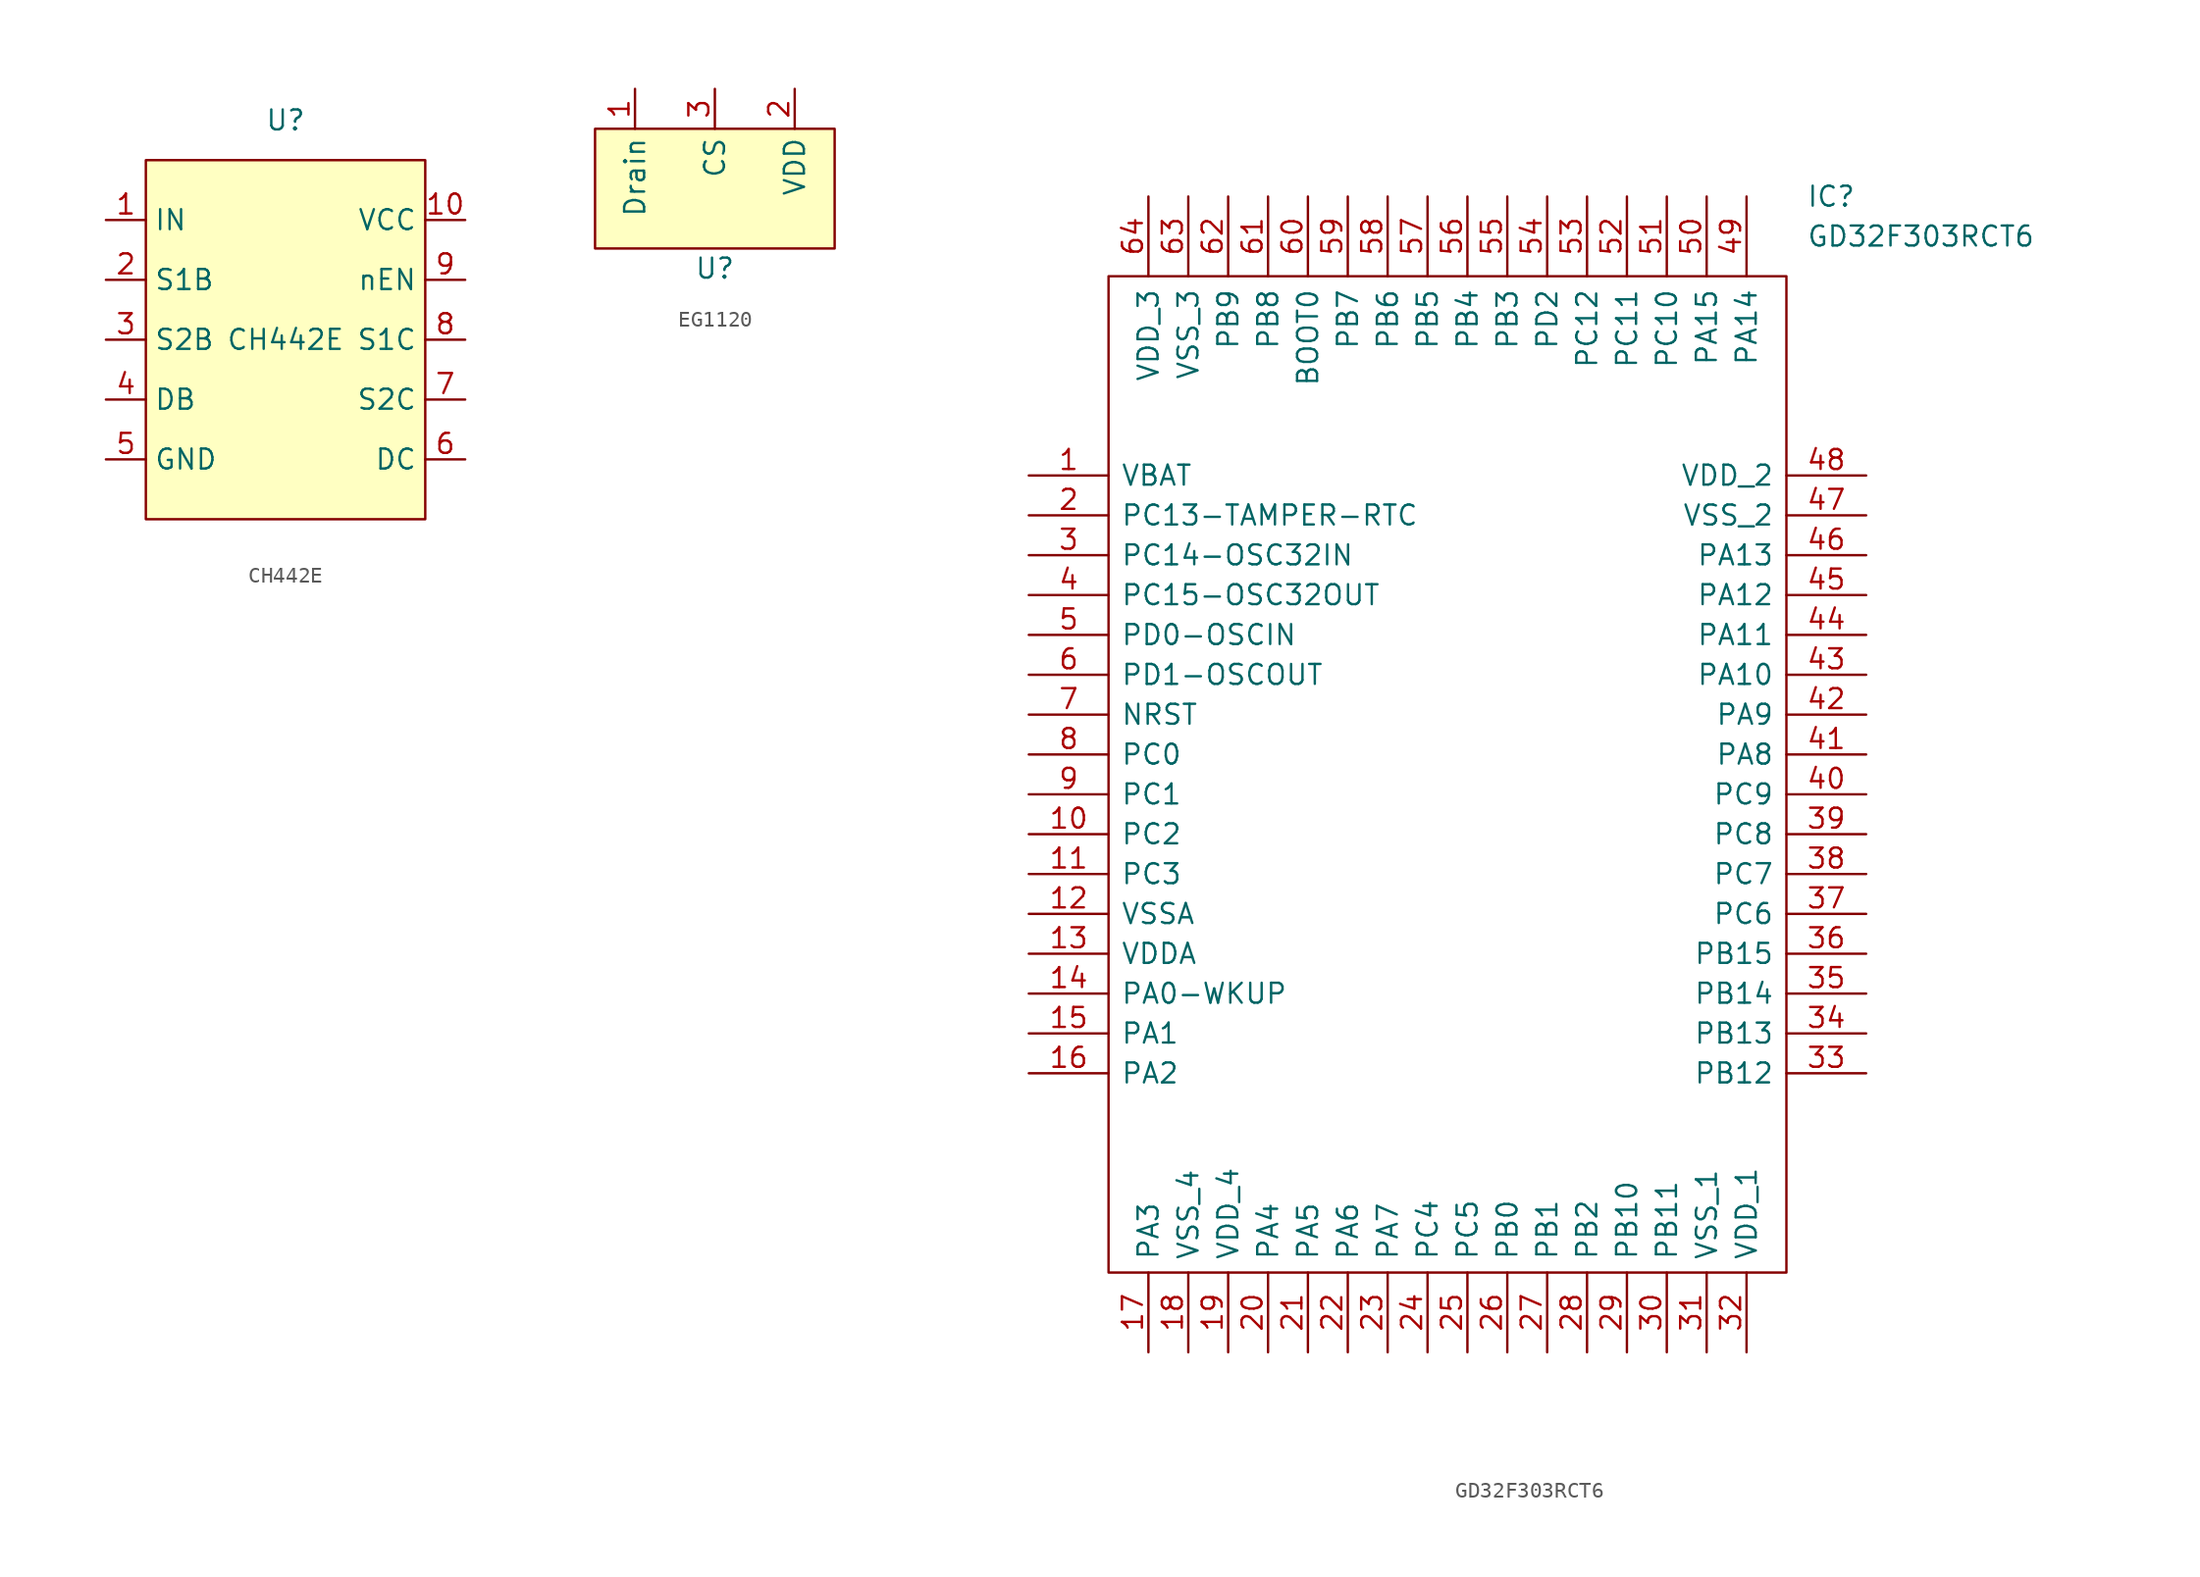
<source format=kicad_sym>
(kicad_symbol_lib
  (version 20231120)
  (generator "kicad_symbol_editor")
  (generator_version "8.0")
  (symbol "CH442E"
    (property "Reference" "U"
      (at 0 13.97 0)
      (effects (font (size 1.27 1.27))))
    (property "Value" "CH442E"
      (at 0 0 0)
      (effects (font (size 1.27 1.27))))
    (symbol "CH442E_1_1"
      (rectangle (start -8.89 11.43) (end 8.89 -11.43) (stroke (width 0) (type default)) (fill (type background)))
      (pin input line (at -11.43 7.62 0) (length 2.54) (name "IN" (effects (font (size 1.27 1.27)))) (number "1" (effects (font (size 1.27 1.27)))))
      (pin power_in line (at 11.43 7.62 180) (length 2.54) (name "VCC" (effects (font (size 1.27 1.27)))) (number "10" (effects (font (size 1.27 1.27)))))
      (pin bidirectional line (at -11.43 3.81 0) (length 2.54) (name "S1B" (effects (font (size 1.27 1.27)))) (number "2" (effects (font (size 1.27 1.27)))))
      (pin bidirectional line (at -11.43 0 0) (length 2.54) (name "S2B" (effects (font (size 1.27 1.27)))) (number "3" (effects (font (size 1.27 1.27)))))
      (pin bidirectional line (at -11.43 -3.81 0) (length 2.54) (name "DB" (effects (font (size 1.27 1.27)))) (number "4" (effects (font (size 1.27 1.27)))))
      (pin power_in line (at -11.43 -7.62 0) (length 2.54) (name "GND" (effects (font (size 1.27 1.27)))) (number "5" (effects (font (size 1.27 1.27)))))
      (pin bidirectional line (at 11.43 -7.62 180) (length 2.54) (name "DC" (effects (font (size 1.27 1.27)))) (number "6" (effects (font (size 1.27 1.27)))))
      (pin bidirectional line (at 11.43 -3.81 180) (length 2.54) (name "S2C" (effects (font (size 1.27 1.27)))) (number "7" (effects (font (size 1.27 1.27)))))
      (pin bidirectional line (at 11.43 0 180) (length 2.54) (name "S1C" (effects (font (size 1.27 1.27)))) (number "8" (effects (font (size 1.27 1.27)))))
      (pin input line (at 11.43 3.81 180) (length 2.54) (name "nEN" (effects (font (size 1.27 1.27)))) (number "9" (effects (font (size 1.27 1.27)))))))
  (symbol "EG1120"
    (property "Reference" "U"
      (at 0 -5.08 0)
      (effects (font (size 1.27 1.27))))
    (property "Value" ""
      (at 0 -1.27 0)
      (effects (font (size 1.27 1.27))))
    (symbol "EG1120_1_1"
      (rectangle (start -7.62 3.81) (end 7.62 -3.81) (stroke (width 0) (type default)) (fill (type background)))
      (pin input line (at -5.08 6.35 270) (length 2.54) (name "Drain" (effects (font (size 1.27 1.27)))) (number "1" (effects (font (size 1.27 1.27)))))
      (pin output line (at 5.08 6.35 270) (length 2.54) (name "VDD" (effects (font (size 1.27 1.27)))) (number "2" (effects (font (size 1.27 1.27)))))
      (pin input line (at 0 6.35 270) (length 2.54) (name "CS" (effects (font (size 1.27 1.27)))) (number "3" (effects (font (size 1.27 1.27)))))))
  (symbol "GD32F303RCT6"
    (pin_names
      (offset 0.762))
    (property "Reference" "IC"
      (at 22.86 38.1 0)
      (effects (font (size 1.27 1.27)) (justify left)))
    (property "Value" "GD32F303RCT6"
      (at 22.86 35.56 0)
      (effects (font (size 1.27 1.27)) (justify left)))
    (symbol "GD32F303RCT6_0_0"
      (pin passive line (at -26.67 20.32 0) (length 5.08) (name "VBAT" (effects (font (size 1.27 1.27)))) (number "1" (effects (font (size 1.27 1.27)))))
      (pin passive line (at -26.67 -2.54 0) (length 5.08) (name "PC2" (effects (font (size 1.27 1.27)))) (number "10" (effects (font (size 1.27 1.27)))))
      (pin passive line (at -26.67 -5.08 0) (length 5.08) (name "PC3" (effects (font (size 1.27 1.27)))) (number "11" (effects (font (size 1.27 1.27)))))
      (pin passive line (at -26.67 -7.62 0) (length 5.08) (name "VSSA" (effects (font (size 1.27 1.27)))) (number "12" (effects (font (size 1.27 1.27)))))
      (pin passive line (at -26.67 -10.16 0) (length 5.08) (name "VDDA" (effects (font (size 1.27 1.27)))) (number "13" (effects (font (size 1.27 1.27)))))
      (pin passive line (at -26.67 -12.7 0) (length 5.08) (name "PA0-WKUP" (effects (font (size 1.27 1.27)))) (number "14" (effects (font (size 1.27 1.27)))))
      (pin passive line (at -26.67 -15.24 0) (length 5.08) (name "PA1" (effects (font (size 1.27 1.27)))) (number "15" (effects (font (size 1.27 1.27)))))
      (pin passive line (at -26.67 -17.78 0) (length 5.08) (name "PA2" (effects (font (size 1.27 1.27)))) (number "16" (effects (font (size 1.27 1.27)))))
      (pin passive line (at -19.05 -35.56 90) (length 5.08) (name "PA3" (effects (font (size 1.27 1.27)))) (number "17" (effects (font (size 1.27 1.27)))))
      (pin passive line (at -16.51 -35.56 90) (length 5.08) (name "VSS_4" (effects (font (size 1.27 1.27)))) (number "18" (effects (font (size 1.27 1.27)))))
      (pin passive line (at -13.97 -35.56 90) (length 5.08) (name "VDD_4" (effects (font (size 1.27 1.27)))) (number "19" (effects (font (size 1.27 1.27)))))
      (pin passive line (at -26.67 17.78 0) (length 5.08) (name "PC13-TAMPER-RTC" (effects (font (size 1.27 1.27)))) (number "2" (effects (font (size 1.27 1.27)))))
      (pin passive line (at -11.43 -35.56 90) (length 5.08) (name "PA4" (effects (font (size 1.27 1.27)))) (number "20" (effects (font (size 1.27 1.27)))))
      (pin passive line (at -8.89 -35.56 90) (length 5.08) (name "PA5" (effects (font (size 1.27 1.27)))) (number "21" (effects (font (size 1.27 1.27)))))
      (pin passive line (at -6.35 -35.56 90) (length 5.08) (name "PA6" (effects (font (size 1.27 1.27)))) (number "22" (effects (font (size 1.27 1.27)))))
      (pin passive line (at -3.81 -35.56 90) (length 5.08) (name "PA7" (effects (font (size 1.27 1.27)))) (number "23" (effects (font (size 1.27 1.27)))))
      (pin passive line (at -1.27 -35.56 90) (length 5.08) (name "PC4" (effects (font (size 1.27 1.27)))) (number "24" (effects (font (size 1.27 1.27)))))
      (pin passive line (at 1.27 -35.56 90) (length 5.08) (name "PC5" (effects (font (size 1.27 1.27)))) (number "25" (effects (font (size 1.27 1.27)))))
      (pin passive line (at 3.81 -35.56 90) (length 5.08) (name "PB0" (effects (font (size 1.27 1.27)))) (number "26" (effects (font (size 1.27 1.27)))))
      (pin passive line (at 6.35 -35.56 90) (length 5.08) (name "PB1" (effects (font (size 1.27 1.27)))) (number "27" (effects (font (size 1.27 1.27)))))
      (pin passive line (at 8.89 -35.56 90) (length 5.08) (name "PB2" (effects (font (size 1.27 1.27)))) (number "28" (effects (font (size 1.27 1.27)))))
      (pin passive line (at 11.43 -35.56 90) (length 5.08) (name "PB10" (effects (font (size 1.27 1.27)))) (number "29" (effects (font (size 1.27 1.27)))))
      (pin passive line (at -26.67 15.24 0) (length 5.08) (name "PC14-OSC32IN" (effects (font (size 1.27 1.27)))) (number "3" (effects (font (size 1.27 1.27)))))
      (pin passive line (at 13.97 -35.56 90) (length 5.08) (name "PB11" (effects (font (size 1.27 1.27)))) (number "30" (effects (font (size 1.27 1.27)))))
      (pin passive line (at 16.51 -35.56 90) (length 5.08) (name "VSS_1" (effects (font (size 1.27 1.27)))) (number "31" (effects (font (size 1.27 1.27)))))
      (pin passive line (at 19.05 -35.56 90) (length 5.08) (name "VDD_1" (effects (font (size 1.27 1.27)))) (number "32" (effects (font (size 1.27 1.27)))))
      (pin passive line (at 26.67 -17.78 180) (length 5.08) (name "PB12" (effects (font (size 1.27 1.27)))) (number "33" (effects (font (size 1.27 1.27)))))
      (pin passive line (at 26.67 -15.24 180) (length 5.08) (name "PB13" (effects (font (size 1.27 1.27)))) (number "34" (effects (font (size 1.27 1.27)))))
      (pin passive line (at 26.67 -12.7 180) (length 5.08) (name "PB14" (effects (font (size 1.27 1.27)))) (number "35" (effects (font (size 1.27 1.27)))))
      (pin passive line (at 26.67 -10.16 180) (length 5.08) (name "PB15" (effects (font (size 1.27 1.27)))) (number "36" (effects (font (size 1.27 1.27)))))
      (pin passive line (at 26.67 -7.62 180) (length 5.08) (name "PC6" (effects (font (size 1.27 1.27)))) (number "37" (effects (font (size 1.27 1.27)))))
      (pin passive line (at 26.67 -5.08 180) (length 5.08) (name "PC7" (effects (font (size 1.27 1.27)))) (number "38" (effects (font (size 1.27 1.27)))))
      (pin passive line (at 26.67 -2.54 180) (length 5.08) (name "PC8" (effects (font (size 1.27 1.27)))) (number "39" (effects (font (size 1.27 1.27)))))
      (pin passive line (at -26.67 12.7 0) (length 5.08) (name "PC15-OSC32OUT" (effects (font (size 1.27 1.27)))) (number "4" (effects (font (size 1.27 1.27)))))
      (pin passive line (at 26.67 0 180) (length 5.08) (name "PC9" (effects (font (size 1.27 1.27)))) (number "40" (effects (font (size 1.27 1.27)))))
      (pin passive line (at 26.67 2.54 180) (length 5.08) (name "PA8" (effects (font (size 1.27 1.27)))) (number "41" (effects (font (size 1.27 1.27)))))
      (pin passive line (at 26.67 5.08 180) (length 5.08) (name "PA9" (effects (font (size 1.27 1.27)))) (number "42" (effects (font (size 1.27 1.27)))))
      (pin passive line (at 26.67 7.62 180) (length 5.08) (name "PA10" (effects (font (size 1.27 1.27)))) (number "43" (effects (font (size 1.27 1.27)))))
      (pin passive line (at 26.67 10.16 180) (length 5.08) (name "PA11" (effects (font (size 1.27 1.27)))) (number "44" (effects (font (size 1.27 1.27)))))
      (pin passive line (at 26.67 12.7 180) (length 5.08) (name "PA12" (effects (font (size 1.27 1.27)))) (number "45" (effects (font (size 1.27 1.27)))))
      (pin passive line (at 26.67 15.24 180) (length 5.08) (name "PA13" (effects (font (size 1.27 1.27)))) (number "46" (effects (font (size 1.27 1.27)))))
      (pin passive line (at 26.67 17.78 180) (length 5.08) (name "VSS_2" (effects (font (size 1.27 1.27)))) (number "47" (effects (font (size 1.27 1.27)))))
      (pin passive line (at 26.67 20.32 180) (length 5.08) (name "VDD_2" (effects (font (size 1.27 1.27)))) (number "48" (effects (font (size 1.27 1.27)))))
      (pin passive line (at 19.05 38.1 270) (length 5.08) (name "PA14" (effects (font (size 1.27 1.27)))) (number "49" (effects (font (size 1.27 1.27)))))
      (pin passive line (at -26.67 10.16 0) (length 5.08) (name "PD0-OSCIN" (effects (font (size 1.27 1.27)))) (number "5" (effects (font (size 1.27 1.27)))))
      (pin passive line (at 16.51 38.1 270) (length 5.08) (name "PA15" (effects (font (size 1.27 1.27)))) (number "50" (effects (font (size 1.27 1.27)))))
      (pin passive line (at 13.97 38.1 270) (length 5.08) (name "PC10" (effects (font (size 1.27 1.27)))) (number "51" (effects (font (size 1.27 1.27)))))
      (pin passive line (at 11.43 38.1 270) (length 5.08) (name "PC11" (effects (font (size 1.27 1.27)))) (number "52" (effects (font (size 1.27 1.27)))))
      (pin passive line (at 8.89 38.1 270) (length 5.08) (name "PC12" (effects (font (size 1.27 1.27)))) (number "53" (effects (font (size 1.27 1.27)))))
      (pin passive line (at 6.35 38.1 270) (length 5.08) (name "PD2" (effects (font (size 1.27 1.27)))) (number "54" (effects (font (size 1.27 1.27)))))
      (pin passive line (at 3.81 38.1 270) (length 5.08) (name "PB3" (effects (font (size 1.27 1.27)))) (number "55" (effects (font (size 1.27 1.27)))))
      (pin passive line (at 1.27 38.1 270) (length 5.08) (name "PB4" (effects (font (size 1.27 1.27)))) (number "56" (effects (font (size 1.27 1.27)))))
      (pin passive line (at -1.27 38.1 270) (length 5.08) (name "PB5" (effects (font (size 1.27 1.27)))) (number "57" (effects (font (size 1.27 1.27)))))
      (pin passive line (at -3.81 38.1 270) (length 5.08) (name "PB6" (effects (font (size 1.27 1.27)))) (number "58" (effects (font (size 1.27 1.27)))))
      (pin passive line (at -6.35 38.1 270) (length 5.08) (name "PB7" (effects (font (size 1.27 1.27)))) (number "59" (effects (font (size 1.27 1.27)))))
      (pin passive line (at -26.67 7.62 0) (length 5.08) (name "PD1-OSCOUT" (effects (font (size 1.27 1.27)))) (number "6" (effects (font (size 1.27 1.27)))))
      (pin passive line (at -8.89 38.1 270) (length 5.08) (name "BOOT0" (effects (font (size 1.27 1.27)))) (number "60" (effects (font (size 1.27 1.27)))))
      (pin passive line (at -11.43 38.1 270) (length 5.08) (name "PB8" (effects (font (size 1.27 1.27)))) (number "61" (effects (font (size 1.27 1.27)))))
      (pin passive line (at -13.97 38.1 270) (length 5.08) (name "PB9" (effects (font (size 1.27 1.27)))) (number "62" (effects (font (size 1.27 1.27)))))
      (pin passive line (at -16.51 38.1 270) (length 5.08) (name "VSS_3" (effects (font (size 1.27 1.27)))) (number "63" (effects (font (size 1.27 1.27)))))
      (pin passive line (at -19.05 38.1 270) (length 5.08) (name "VDD_3" (effects (font (size 1.27 1.27)))) (number "64" (effects (font (size 1.27 1.27)))))
      (pin passive line (at -26.67 5.08 0) (length 5.08) (name "NRST" (effects (font (size 1.27 1.27)))) (number "7" (effects (font (size 1.27 1.27)))))
      (pin passive line (at -26.67 2.54 0) (length 5.08) (name "PC0" (effects (font (size 1.27 1.27)))) (number "8" (effects (font (size 1.27 1.27)))))
      (pin passive line (at -26.67 0 0) (length 5.08) (name "PC1" (effects (font (size 1.27 1.27)))) (number "9" (effects (font (size 1.27 1.27))))))
    (symbol "GD32F303RCT6_0_1"
      (polyline (pts (xy -21.59 33.02) (xy 21.59 33.02) (xy 21.59 -30.48) (xy -21.59 -30.48) (xy -21.59 33.02)) (stroke (width 0.152) (type default)) (fill (type none))))))
</source>
